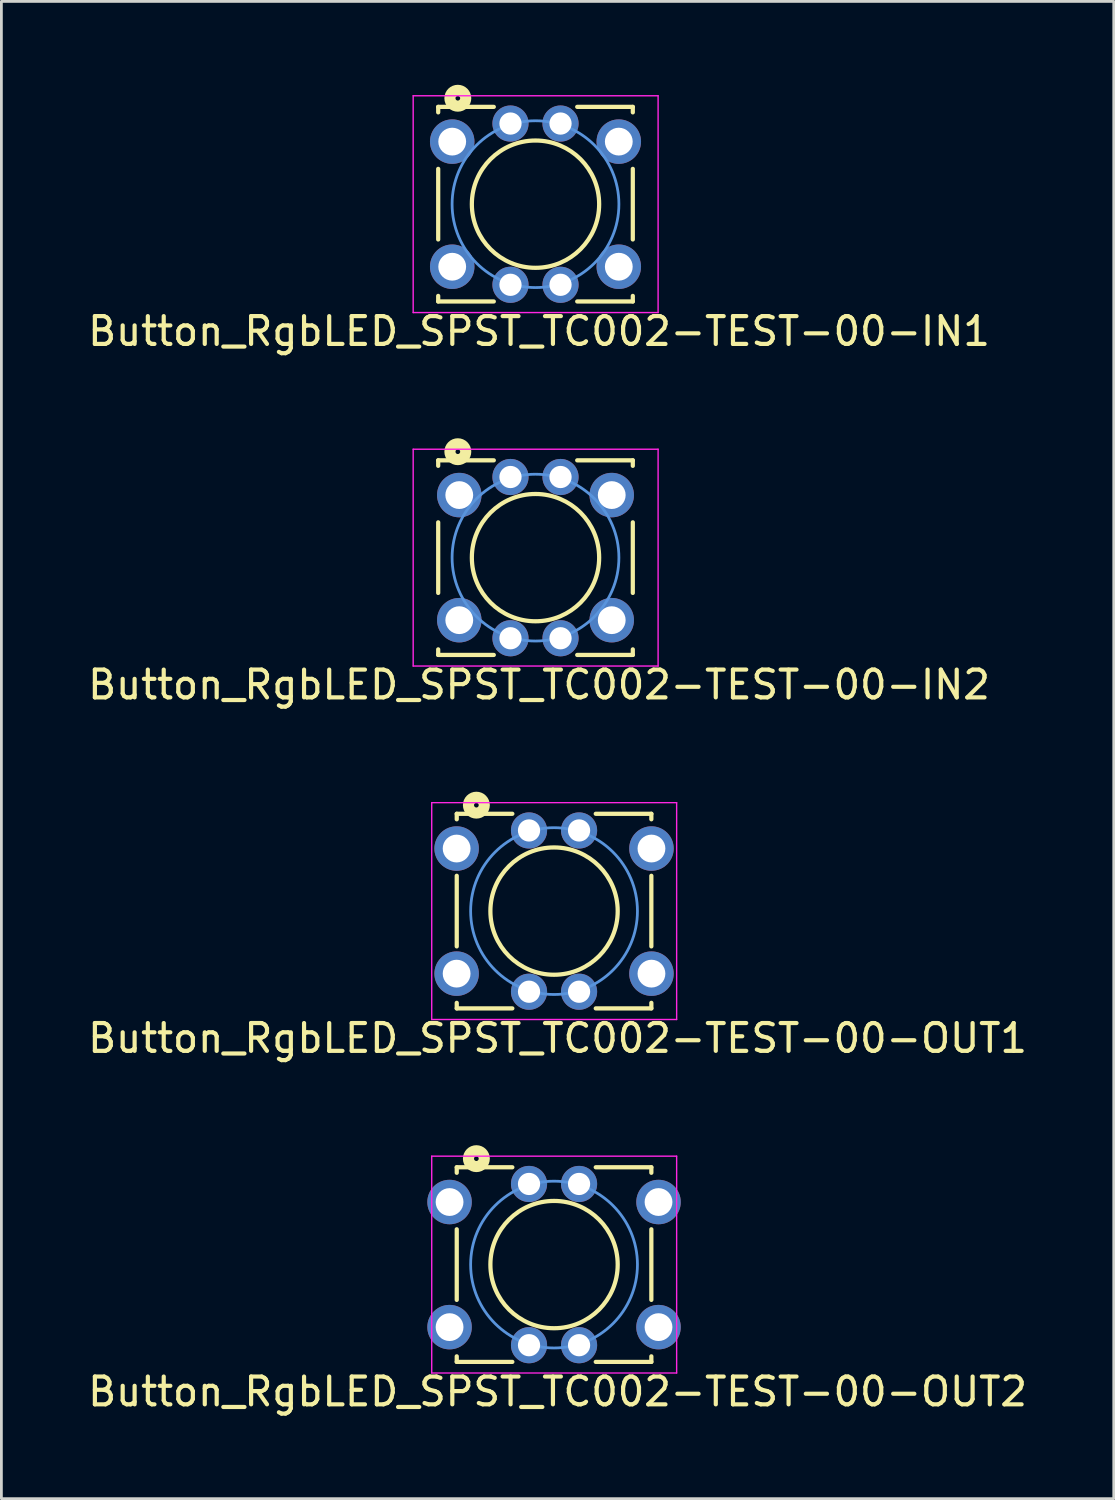
<source format=kicad_pcb>
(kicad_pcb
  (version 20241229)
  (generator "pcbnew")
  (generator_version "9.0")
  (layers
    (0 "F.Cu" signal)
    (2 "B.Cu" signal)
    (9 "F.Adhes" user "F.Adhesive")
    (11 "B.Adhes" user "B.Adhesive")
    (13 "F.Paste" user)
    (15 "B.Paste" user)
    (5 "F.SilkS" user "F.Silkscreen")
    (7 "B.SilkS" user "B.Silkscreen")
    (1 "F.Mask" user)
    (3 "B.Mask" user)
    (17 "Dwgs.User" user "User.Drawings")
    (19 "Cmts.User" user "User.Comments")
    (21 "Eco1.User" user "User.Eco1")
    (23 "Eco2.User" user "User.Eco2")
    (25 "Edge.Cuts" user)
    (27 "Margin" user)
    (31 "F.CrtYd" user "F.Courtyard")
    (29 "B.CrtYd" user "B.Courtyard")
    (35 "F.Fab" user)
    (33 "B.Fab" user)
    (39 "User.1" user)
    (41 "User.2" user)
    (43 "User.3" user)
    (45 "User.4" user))
  (footprint "Button_RgbLED_SPST_TC002-TEST-00-IN2"
    (layer "F.Cu")
    (at 16.212 17.008)
    (property "Reference" "Button_RgbLED_SPST_TC002-TEST-00-IN2" (at 0.127 4.572 0) (layer "F.SilkS") (effects (font (size 1 1) (thickness 0.15))))
    (attr through_hole)
    (fp_line (start -3.5 -3.5) (end -3.5 -3.302) (stroke (width 0.152) (type solid)) (layer "F.SilkS"))
    (fp_line (start -3.5 -1.27) (end -3.5 1.27) (stroke (width 0.152) (type solid)) (layer "F.SilkS"))
    (fp_line (start -3.5 3.5) (end -3.5 3.3) (stroke (width 0.152) (type solid)) (layer "F.SilkS"))
    (fp_line (start -1.5 -3.5) (end -3.5 -3.5) (stroke (width 0.152) (type solid)) (layer "F.SilkS"))
    (fp_line (start -1.5 3.5) (end -3.5 3.5) (stroke (width 0.152) (type solid)) (layer "F.SilkS"))
    (fp_line (start 1.5 -3.5) (end 3.5 -3.5) (stroke (width 0.152) (type solid)) (layer "F.SilkS"))
    (fp_line (start 1.5 3.5) (end 3.5 3.5) (stroke (width 0.152) (type solid)) (layer "F.SilkS"))
    (fp_line (start 3.5 -3.5) (end 3.5 -3.302) (stroke (width 0.152) (type solid)) (layer "F.SilkS"))
    (fp_line (start 3.5 -1.27) (end 3.5 1.27) (stroke (width 0.152) (type solid)) (layer "F.SilkS"))
    (fp_line (start 3.5 3.5) (end 3.5 3.3) (stroke (width 0.152) (type solid)) (layer "F.SilkS"))
    (fp_circle (center -2.794 -3.81) (end -2.921 -4.064) (stroke (width 0.4) (type solid)) (fill no) (layer "F.SilkS"))
    (fp_circle (center 0 0) (end -0.127 -2.286) (stroke (width 0.152) (type solid)) (fill no) (layer "F.SilkS"))
    (fp_circle (center 0 0) (end 3 0) (stroke (width 0.1) (type solid)) (fill no) (layer "Cmts.User"))
    (fp_line (start -4.4 -3.9) (end 4.41 -3.9) (stroke (width 0.05) (type solid)) (layer "F.CrtYd"))
    (fp_line (start -4.4 3.9) (end -4.4 -3.9) (stroke (width 0.05) (type solid)) (layer "F.CrtYd"))
    (fp_line (start 4.41 -3.9) (end 4.41 3.9) (stroke (width 0.05) (type solid)) (layer "F.CrtYd"))
    (fp_line (start 4.41 3.9) (end -4.4 3.9) (stroke (width 0.05) (type solid)) (layer "F.CrtYd"))
    (pad "1" thru_hole circle (at -2.742 -2.25) (size 1.6 1.6) (drill 1) (layers "*.Cu" "*.Mask"))
    (pad "2" thru_hole circle (at 2.742 -2.25) (size 1.6 1.6) (drill 1) (layers "*.Cu" "*.Mask"))
    (pad "3" thru_hole circle (at -2.742 2.25) (size 1.6 1.6) (drill 1) (layers "*.Cu" "*.Mask"))
    (pad "4" thru_hole circle (at 2.742 2.25) (size 1.6 1.6) (drill 1) (layers "*.Cu" "*.Mask"))
    (pad "5" thru_hole circle (at -0.9 -2.9) (size 1.3 1.3) (drill 0.8) (layers "*.Cu" "*.Mask"))
    (pad "6" thru_hole circle (at 0.9 -2.9) (size 1.3 1.3) (drill 0.8) (layers "*.Cu" "*.Mask"))
    (pad "7" thru_hole circle (at 0.9 2.9) (size 1.3 1.3) (drill 0.8) (layers "*.Cu" "*.Mask"))
    (pad "8" thru_hole circle (at -0.9 2.9) (size 1.3 1.3) (drill 0.8) (layers "*.Cu" "*.Mask")))
  (footprint "Button_RgbLED_SPST_TC002-TEST-00-OUT1"
    (layer "F.Cu")
    (at 16.879 29.722)
    (property "Reference" "Button_RgbLED_SPST_TC002-TEST-00-OUT1" (at 0.127 4.572 0) (layer "F.SilkS") (effects (font (size 1 1) (thickness 0.15))))
    (attr through_hole)
    (fp_line (start -3.5 -3.5) (end -3.5 -3.302) (stroke (width 0.152) (type solid)) (layer "F.SilkS"))
    (fp_line (start -3.5 -1.27) (end -3.5 1.27) (stroke (width 0.152) (type solid)) (layer "F.SilkS"))
    (fp_line (start -3.5 3.5) (end -3.5 3.3) (stroke (width 0.152) (type solid)) (layer "F.SilkS"))
    (fp_line (start -1.5 -3.5) (end -3.5 -3.5) (stroke (width 0.152) (type solid)) (layer "F.SilkS"))
    (fp_line (start -1.5 3.5) (end -3.5 3.5) (stroke (width 0.152) (type solid)) (layer "F.SilkS"))
    (fp_line (start 1.5 -3.5) (end 3.5 -3.5) (stroke (width 0.152) (type solid)) (layer "F.SilkS"))
    (fp_line (start 1.5 3.5) (end 3.5 3.5) (stroke (width 0.152) (type solid)) (layer "F.SilkS"))
    (fp_line (start 3.5 -3.5) (end 3.5 -3.302) (stroke (width 0.152) (type solid)) (layer "F.SilkS"))
    (fp_line (start 3.5 -1.27) (end 3.5 1.27) (stroke (width 0.152) (type solid)) (layer "F.SilkS"))
    (fp_line (start 3.5 3.5) (end 3.5 3.3) (stroke (width 0.152) (type solid)) (layer "F.SilkS"))
    (fp_circle (center -2.794 -3.81) (end -2.921 -4.064) (stroke (width 0.4) (type solid)) (fill no) (layer "F.SilkS"))
    (fp_circle (center 0 0) (end -0.127 -2.286) (stroke (width 0.152) (type solid)) (fill no) (layer "F.SilkS"))
    (fp_circle (center 0 0) (end 3 0) (stroke (width 0.1) (type solid)) (fill no) (layer "Cmts.User"))
    (fp_line (start -4.4 -3.9) (end 4.41 -3.9) (stroke (width 0.05) (type solid)) (layer "F.CrtYd"))
    (fp_line (start -4.4 3.9) (end -4.4 -3.9) (stroke (width 0.05) (type solid)) (layer "F.CrtYd"))
    (fp_line (start 4.41 -3.9) (end 4.41 3.9) (stroke (width 0.05) (type solid)) (layer "F.CrtYd"))
    (fp_line (start 4.41 3.9) (end -4.4 3.9) (stroke (width 0.05) (type solid)) (layer "F.CrtYd"))
    (pad "1" thru_hole circle (at -3.504 -2.25) (size 1.6 1.6) (drill 1) (layers "*.Cu" "*.Mask"))
    (pad "2" thru_hole circle (at 3.504 -2.25) (size 1.6 1.6) (drill 1) (layers "*.Cu" "*.Mask"))
    (pad "3" thru_hole circle (at -3.504 2.25) (size 1.6 1.6) (drill 1) (layers "*.Cu" "*.Mask"))
    (pad "4" thru_hole circle (at 3.504 2.25) (size 1.6 1.6) (drill 1) (layers "*.Cu" "*.Mask"))
    (pad "5" thru_hole circle (at -0.9 -2.9) (size 1.3 1.3) (drill 0.8) (layers "*.Cu" "*.Mask"))
    (pad "6" thru_hole circle (at 0.9 -2.9) (size 1.3 1.3) (drill 0.8) (layers "*.Cu" "*.Mask"))
    (pad "7" thru_hole circle (at 0.9 2.9) (size 1.3 1.3) (drill 0.8) (layers "*.Cu" "*.Mask"))
    (pad "8" thru_hole circle (at -0.9 2.9) (size 1.3 1.3) (drill 0.8) (layers "*.Cu" "*.Mask")))
  (footprint "Button_RgbLED_SPST_TC002-TEST-00-IN1"
    (layer "F.Cu")
    (at 16.212 4.294)
    (property "Reference" "Button_RgbLED_SPST_TC002-TEST-00-IN1" (at 0.127 4.572 0) (layer "F.SilkS") (effects (font (size 1 1) (thickness 0.15))))
    (attr through_hole)
    (fp_line (start -3.5 -3.5) (end -3.5 -3.302) (stroke (width 0.152) (type solid)) (layer "F.SilkS"))
    (fp_line (start -3.5 -1.27) (end -3.5 1.27) (stroke (width 0.152) (type solid)) (layer "F.SilkS"))
    (fp_line (start -3.5 3.5) (end -3.5 3.3) (stroke (width 0.152) (type solid)) (layer "F.SilkS"))
    (fp_line (start -1.5 -3.5) (end -3.5 -3.5) (stroke (width 0.152) (type solid)) (layer "F.SilkS"))
    (fp_line (start -1.5 3.5) (end -3.5 3.5) (stroke (width 0.152) (type solid)) (layer "F.SilkS"))
    (fp_line (start 1.5 -3.5) (end 3.5 -3.5) (stroke (width 0.152) (type solid)) (layer "F.SilkS"))
    (fp_line (start 1.5 3.5) (end 3.5 3.5) (stroke (width 0.152) (type solid)) (layer "F.SilkS"))
    (fp_line (start 3.5 -3.5) (end 3.5 -3.302) (stroke (width 0.152) (type solid)) (layer "F.SilkS"))
    (fp_line (start 3.5 -1.27) (end 3.5 1.27) (stroke (width 0.152) (type solid)) (layer "F.SilkS"))
    (fp_line (start 3.5 3.5) (end 3.5 3.3) (stroke (width 0.152) (type solid)) (layer "F.SilkS"))
    (fp_circle (center -2.794 -3.81) (end -2.921 -4.064) (stroke (width 0.4) (type solid)) (fill no) (layer "F.SilkS"))
    (fp_circle (center 0 0) (end -0.127 -2.286) (stroke (width 0.152) (type solid)) (fill no) (layer "F.SilkS"))
    (fp_circle (center 0 0) (end 3 0) (stroke (width 0.1) (type solid)) (fill no) (layer "Cmts.User"))
    (fp_line (start -4.4 -3.9) (end 4.41 -3.9) (stroke (width 0.05) (type solid)) (layer "F.CrtYd"))
    (fp_line (start -4.4 3.9) (end -4.4 -3.9) (stroke (width 0.05) (type solid)) (layer "F.CrtYd"))
    (fp_line (start 4.41 -3.9) (end 4.41 3.9) (stroke (width 0.05) (type solid)) (layer "F.CrtYd"))
    (fp_line (start 4.41 3.9) (end -4.4 3.9) (stroke (width 0.05) (type solid)) (layer "F.CrtYd"))
    (pad "1" thru_hole circle (at -2.996 -2.25) (size 1.6 1.6) (drill 1) (layers "*.Cu" "*.Mask"))
    (pad "2" thru_hole circle (at 2.996 -2.25) (size 1.6 1.6) (drill 1) (layers "*.Cu" "*.Mask"))
    (pad "3" thru_hole circle (at -2.996 2.25) (size 1.6 1.6) (drill 1) (layers "*.Cu" "*.Mask"))
    (pad "4" thru_hole circle (at 2.996 2.25) (size 1.6 1.6) (drill 1) (layers "*.Cu" "*.Mask"))
    (pad "5" thru_hole circle (at -0.9 -2.9) (size 1.3 1.3) (drill 0.8) (layers "*.Cu" "*.Mask"))
    (pad "6" thru_hole circle (at 0.9 -2.9) (size 1.3 1.3) (drill 0.8) (layers "*.Cu" "*.Mask"))
    (pad "7" thru_hole circle (at 0.9 2.9) (size 1.3 1.3) (drill 0.8) (layers "*.Cu" "*.Mask"))
    (pad "8" thru_hole circle (at -0.9 2.9) (size 1.3 1.3) (drill 0.8) (layers "*.Cu" "*.Mask")))
  (footprint "Button_RgbLED_SPST_TC002-TEST-00-OUT2"
    (layer "F.Cu")
    (at 16.879 42.437)
    (property "Reference" "Button_RgbLED_SPST_TC002-TEST-00-OUT2" (at 0.127 4.572 0) (layer "F.SilkS") (effects (font (size 1 1) (thickness 0.15))))
    (attr through_hole)
    (fp_line (start -3.5 -3.5) (end -3.5 -3.302) (stroke (width 0.152) (type solid)) (layer "F.SilkS"))
    (fp_line (start -3.5 -1.27) (end -3.5 1.27) (stroke (width 0.152) (type solid)) (layer "F.SilkS"))
    (fp_line (start -3.5 3.5) (end -3.5 3.3) (stroke (width 0.152) (type solid)) (layer "F.SilkS"))
    (fp_line (start -1.5 -3.5) (end -3.5 -3.5) (stroke (width 0.152) (type solid)) (layer "F.SilkS"))
    (fp_line (start -1.5 3.5) (end -3.5 3.5) (stroke (width 0.152) (type solid)) (layer "F.SilkS"))
    (fp_line (start 1.5 -3.5) (end 3.5 -3.5) (stroke (width 0.152) (type solid)) (layer "F.SilkS"))
    (fp_line (start 1.5 3.5) (end 3.5 3.5) (stroke (width 0.152) (type solid)) (layer "F.SilkS"))
    (fp_line (start 3.5 -3.5) (end 3.5 -3.302) (stroke (width 0.152) (type solid)) (layer "F.SilkS"))
    (fp_line (start 3.5 -1.27) (end 3.5 1.27) (stroke (width 0.152) (type solid)) (layer "F.SilkS"))
    (fp_line (start 3.5 3.5) (end 3.5 3.3) (stroke (width 0.152) (type solid)) (layer "F.SilkS"))
    (fp_circle (center -2.794 -3.81) (end -2.921 -4.064) (stroke (width 0.4) (type solid)) (fill no) (layer "F.SilkS"))
    (fp_circle (center 0 0) (end -0.127 -2.286) (stroke (width 0.152) (type solid)) (fill no) (layer "F.SilkS"))
    (fp_circle (center 0 0) (end 3 0) (stroke (width 0.1) (type solid)) (fill no) (layer "Cmts.User"))
    (fp_line (start -4.4 -3.9) (end 4.41 -3.9) (stroke (width 0.05) (type solid)) (layer "F.CrtYd"))
    (fp_line (start -4.4 3.9) (end -4.4 -3.9) (stroke (width 0.05) (type solid)) (layer "F.CrtYd"))
    (fp_line (start 4.41 -3.9) (end 4.41 3.9) (stroke (width 0.05) (type solid)) (layer "F.CrtYd"))
    (fp_line (start 4.41 3.9) (end -4.4 3.9) (stroke (width 0.05) (type solid)) (layer "F.CrtYd"))
    (pad "1" thru_hole circle (at -3.758 -2.25) (size 1.6 1.6) (drill 1) (layers "*.Cu" "*.Mask"))
    (pad "2" thru_hole circle (at 3.758 -2.25) (size 1.6 1.6) (drill 1) (layers "*.Cu" "*.Mask"))
    (pad "3" thru_hole circle (at -3.758 2.25) (size 1.6 1.6) (drill 1) (layers "*.Cu" "*.Mask"))
    (pad "4" thru_hole circle (at 3.758 2.25) (size 1.6 1.6) (drill 1) (layers "*.Cu" "*.Mask"))
    (pad "5" thru_hole circle (at -0.9 -2.9) (size 1.3 1.3) (drill 0.8) (layers "*.Cu" "*.Mask"))
    (pad "6" thru_hole circle (at 0.9 -2.9) (size 1.3 1.3) (drill 0.8) (layers "*.Cu" "*.Mask"))
    (pad "7" thru_hole circle (at 0.9 2.9) (size 1.3 1.3) (drill 0.8) (layers "*.Cu" "*.Mask"))
    (pad "8" thru_hole circle (at -0.9 2.9) (size 1.3 1.3) (drill 0.8) (layers "*.Cu" "*.Mask")))
  (gr_rect
    (start -3 -3)
    (end 37.012 50.857)
    (stroke (width 0.1) (type default))
    (fill no)
    (layer "Edge.Cuts")))
</source>
